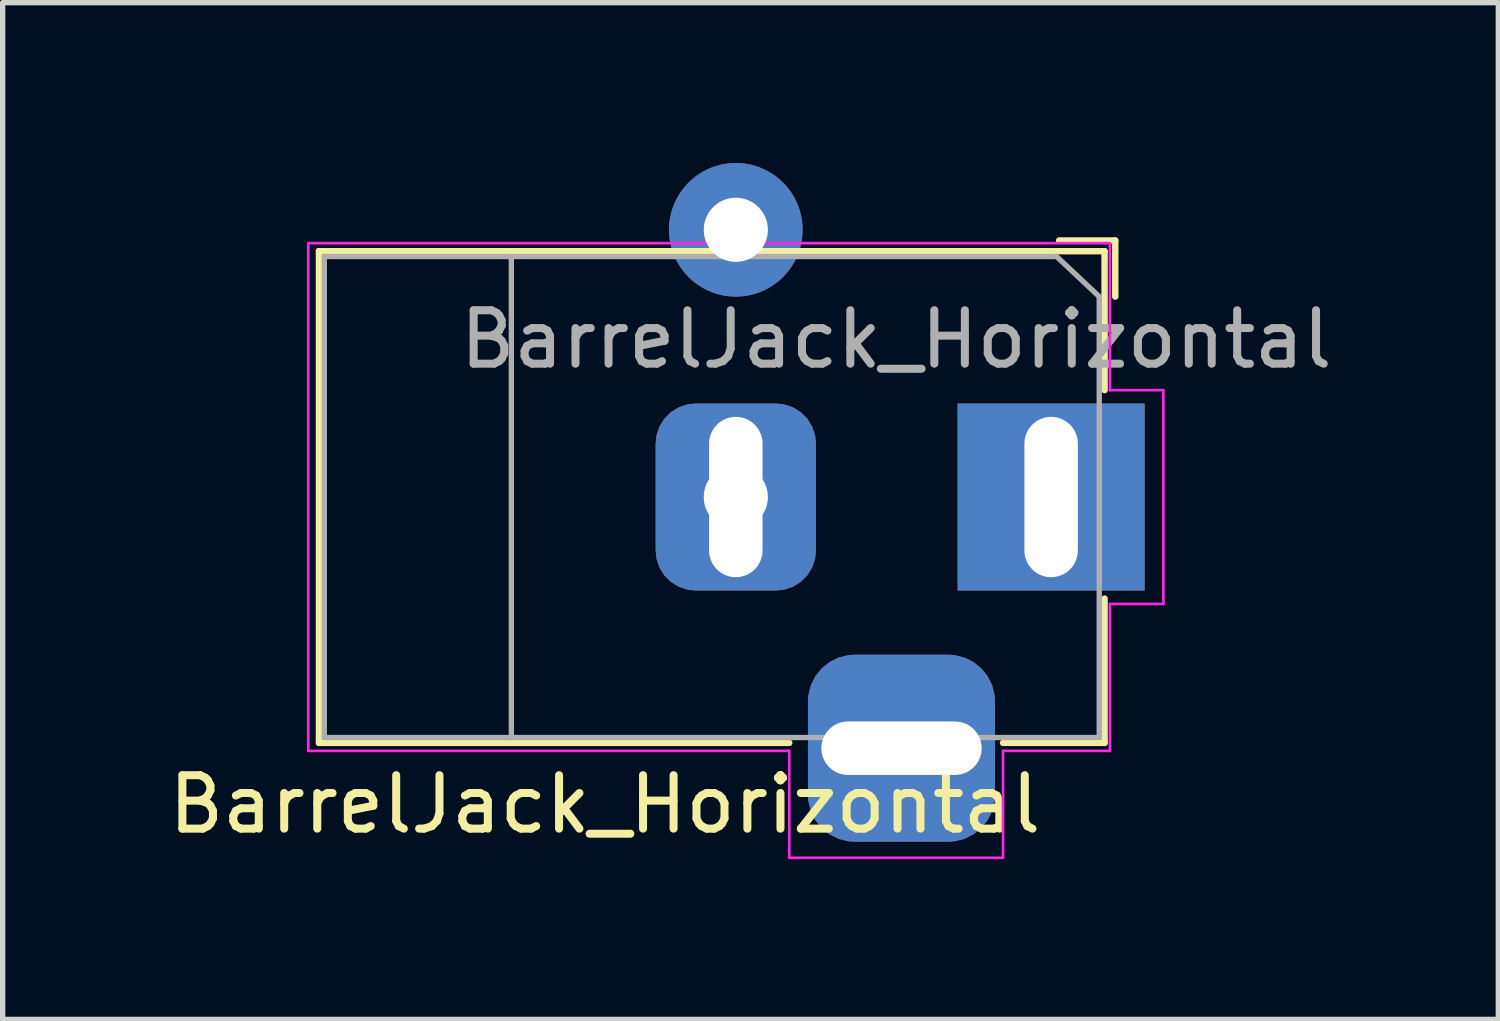
<source format=kicad_pcb>
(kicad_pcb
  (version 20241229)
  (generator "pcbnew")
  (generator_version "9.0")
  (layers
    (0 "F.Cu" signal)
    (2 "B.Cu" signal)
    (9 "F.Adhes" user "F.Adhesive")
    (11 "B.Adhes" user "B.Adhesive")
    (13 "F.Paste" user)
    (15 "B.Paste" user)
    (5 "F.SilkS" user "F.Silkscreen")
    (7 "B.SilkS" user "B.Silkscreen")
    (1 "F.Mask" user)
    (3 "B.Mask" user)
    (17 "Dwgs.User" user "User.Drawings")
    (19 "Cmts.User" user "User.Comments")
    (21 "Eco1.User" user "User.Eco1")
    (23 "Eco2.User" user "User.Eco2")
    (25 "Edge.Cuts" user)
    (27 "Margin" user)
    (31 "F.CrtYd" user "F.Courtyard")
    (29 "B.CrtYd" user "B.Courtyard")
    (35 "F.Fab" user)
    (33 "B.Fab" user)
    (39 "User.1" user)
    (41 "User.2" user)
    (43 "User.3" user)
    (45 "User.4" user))
  (footprint "BarrelJack_Horizontal"
    (layer "F.Cu")
    (at 16.718 6.25)
    (property "Reference" "BarrelJack_Horizontal" (at -8.45 5.75 0) (layer "F.SilkS") (effects (font (size 1 1) (thickness 0.15))))
    (attr through_hole)
    (fp_line (start -13.8 -4.6) (end 0.9 -4.6) (stroke (width 0.12) (type solid)) (layer "F.SilkS"))
    (fp_line (start -13.8 4.6) (end -13.8 -4.6) (stroke (width 0.12) (type solid)) (layer "F.SilkS"))
    (fp_line (start -5 4.6) (end -13.8 4.6) (stroke (width 0.12) (type solid)) (layer "F.SilkS"))
    (fp_line (start 0.05 -4.8) (end 1.1 -4.8) (stroke (width 0.12) (type solid)) (layer "F.SilkS"))
    (fp_line (start 0.9 -4.6) (end 0.9 -2) (stroke (width 0.12) (type solid)) (layer "F.SilkS"))
    (fp_line (start 0.9 1.9) (end 0.9 4.6) (stroke (width 0.12) (type solid)) (layer "F.SilkS"))
    (fp_line (start 0.9 4.6) (end -1 4.6) (stroke (width 0.12) (type solid)) (layer "F.SilkS"))
    (fp_line (start 1.1 -3.75) (end 1.1 -4.8) (stroke (width 0.12) (type solid)) (layer "F.SilkS"))
    (fp_line (start -14 4.75) (end -14 -4.75) (stroke (width 0.05) (type solid)) (layer "F.CrtYd"))
    (fp_line (start -5 4.75) (end -14 4.75) (stroke (width 0.05) (type solid)) (layer "F.CrtYd"))
    (fp_line (start -5 6.75) (end -5 4.75) (stroke (width 0.05) (type solid)) (layer "F.CrtYd"))
    (fp_line (start -1 4.75) (end -1 6.75) (stroke (width 0.05) (type solid)) (layer "F.CrtYd"))
    (fp_line (start -1 6.75) (end -5 6.75) (stroke (width 0.05) (type solid)) (layer "F.CrtYd"))
    (fp_line (start 1 -4.75) (end -14 -4.75) (stroke (width 0.05) (type solid)) (layer "F.CrtYd"))
    (fp_line (start 1 -4.5) (end 1 -4.75) (stroke (width 0.05) (type solid)) (layer "F.CrtYd"))
    (fp_line (start 1 -4.5) (end 1 -2) (stroke (width 0.05) (type solid)) (layer "F.CrtYd"))
    (fp_line (start 1 -2) (end 2 -2) (stroke (width 0.05) (type solid)) (layer "F.CrtYd"))
    (fp_line (start 1 2) (end 1 4.75) (stroke (width 0.05) (type solid)) (layer "F.CrtYd"))
    (fp_line (start 1 4.75) (end -1 4.75) (stroke (width 0.05) (type solid)) (layer "F.CrtYd"))
    (fp_line (start 2 -2) (end 2 2) (stroke (width 0.05) (type solid)) (layer "F.CrtYd"))
    (fp_line (start 2 2) (end 1 2) (stroke (width 0.05) (type solid)) (layer "F.CrtYd"))
    (fp_line (start -13.7 -4.5) (end -13.7 4.5) (stroke (width 0.1) (type solid)) (layer "F.Fab"))
    (fp_line (start -13.7 4.5) (end 0.8 4.5) (stroke (width 0.1) (type solid)) (layer "F.Fab"))
    (fp_line (start -10.2 -4.5) (end -10.2 4.5) (stroke (width 0.1) (type solid)) (layer "F.Fab"))
    (fp_line (start -0.003 -4.505) (end 0.8 -3.75) (stroke (width 0.1) (type solid)) (layer "F.Fab"))
    (fp_line (start 0 -4.5) (end -13.7 -4.5) (stroke (width 0.1) (type solid)) (layer "F.Fab"))
    (fp_line (start 0.8 4.5) (end 0.8 -3.75) (stroke (width 0.1) (type solid)) (layer "F.Fab"))
    (fp_text user "${REFERENCE}" (at -3 -2.95 0) (layer "F.Fab") (effects (font (size 1 1) (thickness 0.15))))
    (pad "1" thru_hole rect (at -0.1 0) (size 3.5 3.5) (drill oval 1 3) (layers "*.Cu" "*.Mask"))
    (pad "2" thru_hole circle (at -6 0) (size 2.5 2.5) (drill 1.2) (layers "*.Cu" "*.Mask"))
    (pad "2" thru_hole roundrect (at -6 0) (size 3 3.5) (drill oval 1 3) (layers "*.Cu" "*.Mask") (roundrect_rratio 0.25))
    (pad "3" thru_hole roundrect (at -2.9 4.7) (size 3.5 3.5) (drill oval 3 1) (layers "*.Cu" "*.Mask") (roundrect_rratio 0.25))
    (pad "4" thru_hole circle (at -6 -5) (size 2.5 2.5) (drill 1.2) (layers "*.Cu" "*.Mask")))
  (gr_rect
    (start -3 -3)
    (end 24.986 16.025)
    (stroke (width 0.1) (type default))
    (fill no)
    (layer "Edge.Cuts")))
</source>
